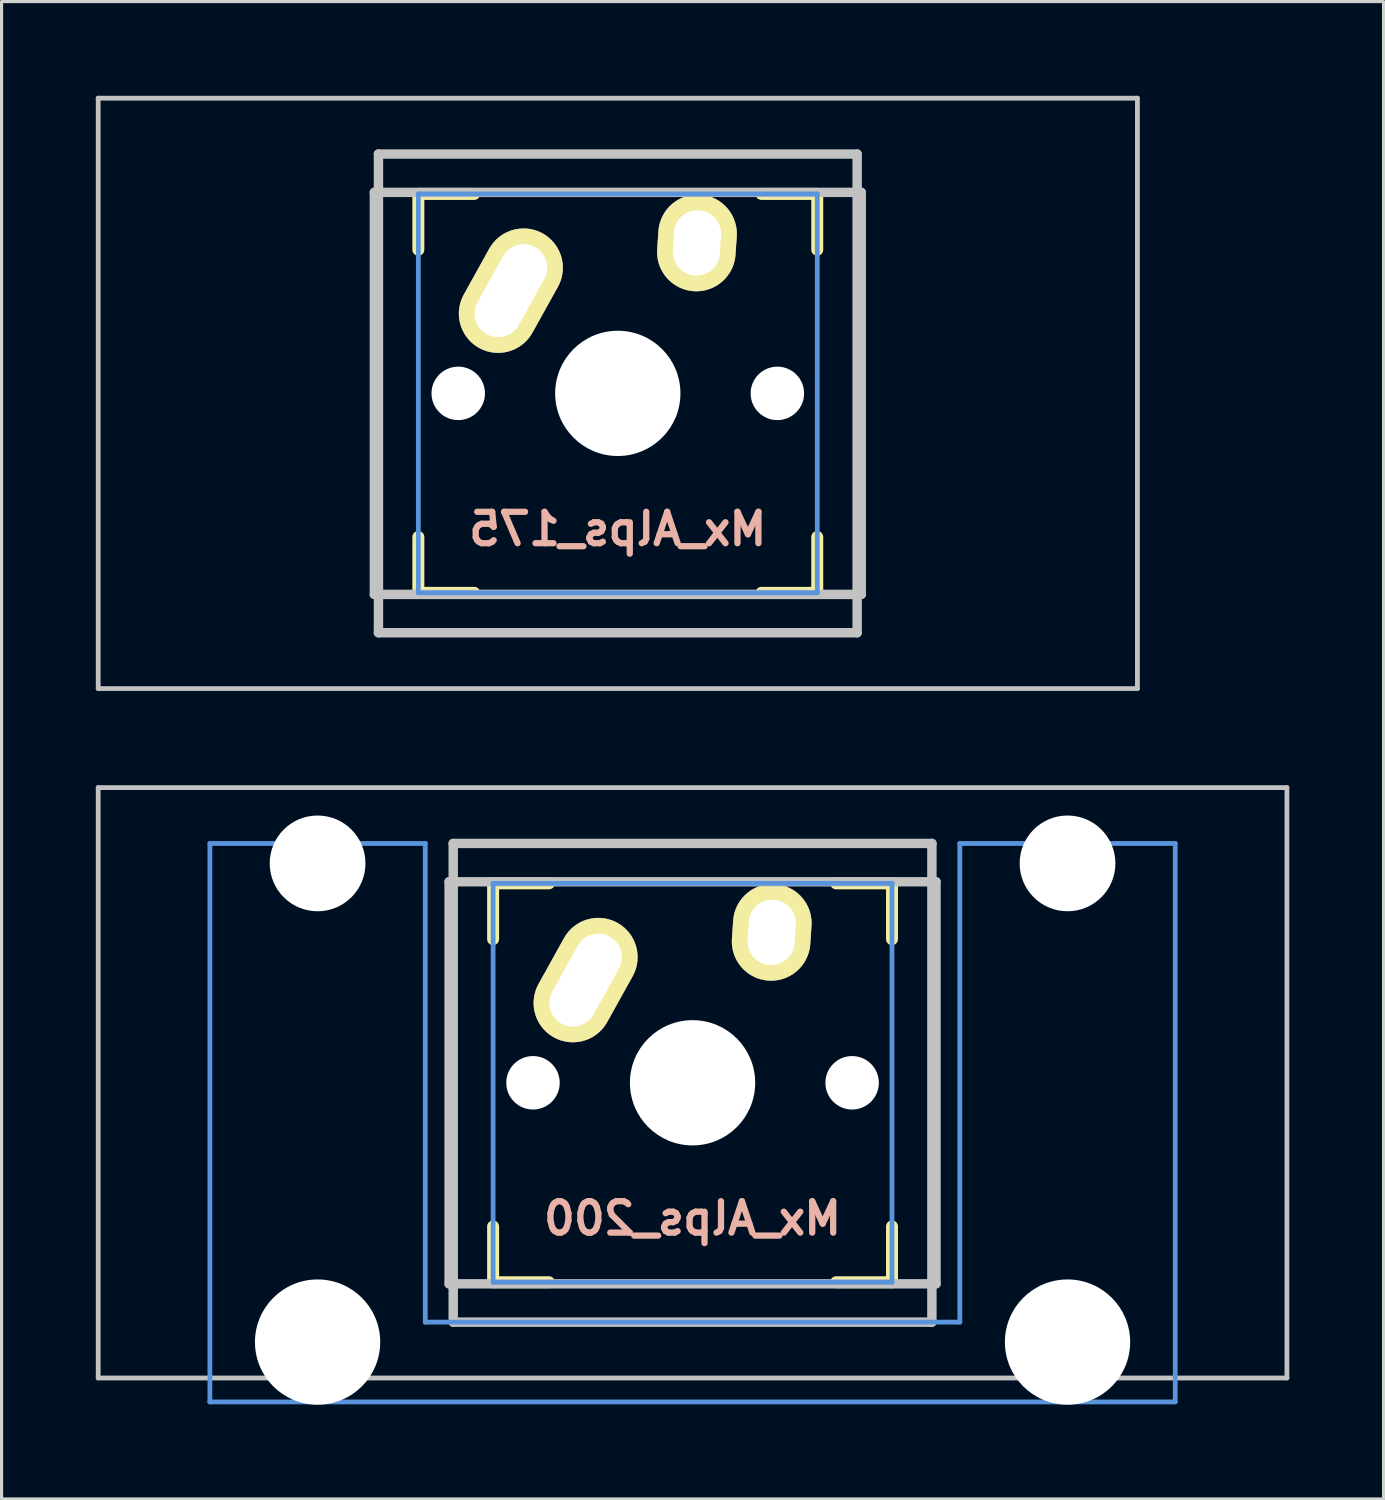
<source format=kicad_pcb>
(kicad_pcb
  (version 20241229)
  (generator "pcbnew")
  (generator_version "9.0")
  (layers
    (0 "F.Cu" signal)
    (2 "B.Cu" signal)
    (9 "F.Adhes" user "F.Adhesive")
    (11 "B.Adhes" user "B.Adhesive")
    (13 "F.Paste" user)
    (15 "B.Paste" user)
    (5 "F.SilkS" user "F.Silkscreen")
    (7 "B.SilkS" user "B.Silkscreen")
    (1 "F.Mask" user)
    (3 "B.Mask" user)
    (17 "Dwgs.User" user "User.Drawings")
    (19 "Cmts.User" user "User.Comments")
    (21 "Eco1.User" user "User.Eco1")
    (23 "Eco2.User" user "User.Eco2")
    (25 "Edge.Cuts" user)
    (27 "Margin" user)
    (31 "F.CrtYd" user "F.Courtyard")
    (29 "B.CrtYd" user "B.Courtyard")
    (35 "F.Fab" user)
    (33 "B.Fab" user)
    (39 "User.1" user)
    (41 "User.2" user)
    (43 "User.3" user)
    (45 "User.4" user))
  (footprint "Mx_Alps_175"
    (layer "F.Cu")
    (at 16.619 9.474)
    (property "Reference" "Mx_Alps_175" (at 0 4.318 0) (layer "B.SilkS") (effects (font (size 1 1) (thickness 0.2)) (justify mirror)))
    (attr through_hole)
    (fp_line (start -6.35 -6.35) (end -4.572 -6.35) (stroke (width 0.381) (type solid)) (layer "F.SilkS"))
    (fp_line (start -6.35 -4.572) (end -6.35 -6.35) (stroke (width 0.381) (type solid)) (layer "F.SilkS"))
    (fp_line (start -6.35 6.35) (end -6.35 4.572) (stroke (width 0.381) (type solid)) (layer "F.SilkS"))
    (fp_line (start -4.572 6.35) (end -6.35 6.35) (stroke (width 0.381) (type solid)) (layer "F.SilkS"))
    (fp_line (start 4.572 -6.35) (end 6.35 -6.35) (stroke (width 0.381) (type solid)) (layer "F.SilkS"))
    (fp_line (start 6.35 -6.35) (end 6.35 -4.572) (stroke (width 0.381) (type solid)) (layer "F.SilkS"))
    (fp_line (start 6.35 4.572) (end 6.35 6.35) (stroke (width 0.381) (type solid)) (layer "F.SilkS"))
    (fp_line (start 6.35 6.35) (end 4.572 6.35) (stroke (width 0.381) (type solid)) (layer "F.SilkS"))
    (fp_line (start -16.543 -9.398) (end 16.543 -9.398) (stroke (width 0.152) (type solid)) (layer "Dwgs.User"))
    (fp_line (start -16.543 9.398) (end -16.543 -9.398) (stroke (width 0.152) (type solid)) (layer "Dwgs.User"))
    (fp_line (start -7.75 6.4) (end -7.75 -6.4) (stroke (width 0.3) (type solid)) (layer "Dwgs.User"))
    (fp_line (start -7.75 6.4) (end 7.75 6.4) (stroke (width 0.3) (type solid)) (layer "Dwgs.User"))
    (fp_line (start -7.62 -7.62) (end 7.62 -7.62) (stroke (width 0.3) (type solid)) (layer "Dwgs.User"))
    (fp_line (start -7.62 7.62) (end -7.62 -7.62) (stroke (width 0.3) (type solid)) (layer "Dwgs.User"))
    (fp_line (start 7.62 -7.62) (end 7.62 7.62) (stroke (width 0.3) (type solid)) (layer "Dwgs.User"))
    (fp_line (start 7.62 7.62) (end -7.62 7.62) (stroke (width 0.3) (type solid)) (layer "Dwgs.User"))
    (fp_line (start 7.75 -6.4) (end -7.75 -6.4) (stroke (width 0.3) (type solid)) (layer "Dwgs.User"))
    (fp_line (start 7.75 6.4) (end 7.75 -6.4) (stroke (width 0.3) (type solid)) (layer "Dwgs.User"))
    (fp_line (start 16.543 -9.398) (end 16.543 9.398) (stroke (width 0.152) (type solid)) (layer "Dwgs.User"))
    (fp_line (start 16.543 9.398) (end -16.543 9.398) (stroke (width 0.152) (type solid)) (layer "Dwgs.User"))
    (fp_line (start -6.35 -6.35) (end 6.35 -6.35) (stroke (width 0.152) (type solid)) (layer "Cmts.User"))
    (fp_line (start -6.35 6.35) (end -6.35 -6.35) (stroke (width 0.152) (type solid)) (layer "Cmts.User"))
    (fp_line (start 6.35 -6.35) (end 6.35 6.35) (stroke (width 0.152) (type solid)) (layer "Cmts.User"))
    (fp_line (start 6.35 6.35) (end -6.35 6.35) (stroke (width 0.152) (type solid)) (layer "Cmts.User"))
    (fp_line (start -6.985 -6.985) (end 6.985 -6.985) (stroke (width 0.152) (type solid)) (layer "Eco2.User"))
    (fp_line (start -6.985 6.985) (end -6.985 -6.985) (stroke (width 0.152) (type solid)) (layer "Eco2.User"))
    (fp_line (start 6.985 -6.985) (end 6.985 6.985) (stroke (width 0.152) (type solid)) (layer "Eco2.User"))
    (fp_line (start 6.985 6.985) (end -6.985 6.985) (stroke (width 0.152) (type solid)) (layer "Eco2.User"))
    (pad "" np_thru_hole circle (at -5.08 0) (size 1.702 1.702) (drill 1.702) (layers "*.Cu"))
    (pad "" np_thru_hole circle (at 0 0) (size 3.988 3.988) (drill 3.988) (layers "*.Cu"))
    (pad "" np_thru_hole circle (at 5.08 0) (size 1.702 1.702) (drill 1.702) (layers "*.Cu"))
    (pad "1" thru_hole oval (at -3.405 -3.27 330.95) (size 2.5 4.17) (drill oval 1.5 3.17) (layers "*.Cu" "*.Mask" "F.SilkS"))
    (pad "2" thru_hole oval (at 2.52 -4.79 356.1) (size 2.5 3.08) (drill oval 1.5 2.08) (layers "*.Cu" "*.Mask" "F.SilkS")))
  (footprint "Mx_Alps_200"
    (layer "F.Cu")
    (at 18.999 31.423)
    (property "Reference" "Mx_Alps_200" (at 0 4.318 0) (layer "B.SilkS") (effects (font (size 1 1) (thickness 0.2)) (justify mirror)))
    (attr through_hole)
    (fp_line (start -6.35 -6.35) (end -4.572 -6.35) (stroke (width 0.381) (type solid)) (layer "F.SilkS"))
    (fp_line (start -6.35 -4.572) (end -6.35 -6.35) (stroke (width 0.381) (type solid)) (layer "F.SilkS"))
    (fp_line (start -6.35 6.35) (end -6.35 4.572) (stroke (width 0.381) (type solid)) (layer "F.SilkS"))
    (fp_line (start -4.572 6.35) (end -6.35 6.35) (stroke (width 0.381) (type solid)) (layer "F.SilkS"))
    (fp_line (start 4.572 -6.35) (end 6.35 -6.35) (stroke (width 0.381) (type solid)) (layer "F.SilkS"))
    (fp_line (start 6.35 -6.35) (end 6.35 -4.572) (stroke (width 0.381) (type solid)) (layer "F.SilkS"))
    (fp_line (start 6.35 4.572) (end 6.35 6.35) (stroke (width 0.381) (type solid)) (layer "F.SilkS"))
    (fp_line (start 6.35 6.35) (end 4.572 6.35) (stroke (width 0.381) (type solid)) (layer "F.SilkS"))
    (fp_line (start -18.923 -9.398) (end 18.923 -9.398) (stroke (width 0.152) (type solid)) (layer "Dwgs.User"))
    (fp_line (start -18.923 9.398) (end -18.923 -9.398) (stroke (width 0.152) (type solid)) (layer "Dwgs.User"))
    (fp_line (start -7.75 6.4) (end -7.75 -6.4) (stroke (width 0.3) (type solid)) (layer "Dwgs.User"))
    (fp_line (start -7.75 6.4) (end 7.75 6.4) (stroke (width 0.3) (type solid)) (layer "Dwgs.User"))
    (fp_line (start -7.62 -7.62) (end 7.62 -7.62) (stroke (width 0.3) (type solid)) (layer "Dwgs.User"))
    (fp_line (start -7.62 7.62) (end -7.62 -7.62) (stroke (width 0.3) (type solid)) (layer "Dwgs.User"))
    (fp_line (start 7.62 -7.62) (end 7.62 7.62) (stroke (width 0.3) (type solid)) (layer "Dwgs.User"))
    (fp_line (start 7.62 7.62) (end -7.62 7.62) (stroke (width 0.3) (type solid)) (layer "Dwgs.User"))
    (fp_line (start 7.75 -6.4) (end -7.75 -6.4) (stroke (width 0.3) (type solid)) (layer "Dwgs.User"))
    (fp_line (start 7.75 6.4) (end 7.75 -6.4) (stroke (width 0.3) (type solid)) (layer "Dwgs.User"))
    (fp_line (start 18.923 -9.398) (end 18.923 9.398) (stroke (width 0.152) (type solid)) (layer "Dwgs.User"))
    (fp_line (start 18.923 9.398) (end -18.923 9.398) (stroke (width 0.152) (type solid)) (layer "Dwgs.User"))
    (fp_line (start -15.367 -7.62) (end -15.367 10.16) (stroke (width 0.152) (type solid)) (layer "Cmts.User"))
    (fp_line (start -15.367 10.16) (end 15.367 10.16) (stroke (width 0.152) (type solid)) (layer "Cmts.User"))
    (fp_line (start -8.509 -7.62) (end -15.367 -7.62) (stroke (width 0.152) (type solid)) (layer "Cmts.User"))
    (fp_line (start -8.509 7.62) (end -8.509 -7.62) (stroke (width 0.152) (type solid)) (layer "Cmts.User"))
    (fp_line (start -6.35 -6.35) (end 6.35 -6.35) (stroke (width 0.152) (type solid)) (layer "Cmts.User"))
    (fp_line (start -6.35 6.35) (end -6.35 -6.35) (stroke (width 0.152) (type solid)) (layer "Cmts.User"))
    (fp_line (start 6.35 -6.35) (end 6.35 6.35) (stroke (width 0.152) (type solid)) (layer "Cmts.User"))
    (fp_line (start 6.35 6.35) (end -6.35 6.35) (stroke (width 0.152) (type solid)) (layer "Cmts.User"))
    (fp_line (start 8.509 -7.62) (end 8.509 7.62) (stroke (width 0.152) (type solid)) (layer "Cmts.User"))
    (fp_line (start 8.509 7.62) (end -8.509 7.62) (stroke (width 0.152) (type solid)) (layer "Cmts.User"))
    (fp_line (start 15.367 -7.62) (end 8.509 -7.62) (stroke (width 0.152) (type solid)) (layer "Cmts.User"))
    (fp_line (start 15.367 10.16) (end 15.367 -7.62) (stroke (width 0.152) (type solid)) (layer "Cmts.User"))
    (fp_line (start -16.129 -2.286) (end -15.265 -2.286) (stroke (width 0.152) (type solid)) (layer "Eco2.User"))
    (fp_line (start -16.129 0.508) (end -16.129 -2.286) (stroke (width 0.152) (type solid)) (layer "Eco2.User"))
    (fp_line (start -15.265 -5.69) (end -8.611 -5.69) (stroke (width 0.152) (type solid)) (layer "Eco2.User"))
    (fp_line (start -15.265 -2.286) (end -15.265 -5.69) (stroke (width 0.152) (type solid)) (layer "Eco2.User"))
    (fp_line (start -15.265 0.508) (end -16.129 0.508) (stroke (width 0.152) (type solid)) (layer "Eco2.User"))
    (fp_line (start -15.265 6.604) (end -15.265 0.508) (stroke (width 0.152) (type solid)) (layer "Eco2.User"))
    (fp_line (start -14.224 6.604) (end -15.265 6.604) (stroke (width 0.152) (type solid)) (layer "Eco2.User"))
    (fp_line (start -14.224 7.772) (end -14.224 6.604) (stroke (width 0.152) (type solid)) (layer "Eco2.User"))
    (fp_line (start -9.652 6.604) (end -9.652 7.772) (stroke (width 0.152) (type solid)) (layer "Eco2.User"))
    (fp_line (start -9.652 7.772) (end -14.224 7.772) (stroke (width 0.152) (type solid)) (layer "Eco2.User"))
    (fp_line (start -8.611 -5.69) (end -8.611 -4.877) (stroke (width 0.152) (type solid)) (layer "Eco2.User"))
    (fp_line (start -8.611 -4.877) (end -6.985 -4.877) (stroke (width 0.152) (type solid)) (layer "Eco2.User"))
    (fp_line (start -8.611 5.817) (end -8.611 6.604) (stroke (width 0.152) (type solid)) (layer "Eco2.User"))
    (fp_line (start -8.611 6.604) (end -9.652 6.604) (stroke (width 0.152) (type solid)) (layer "Eco2.User"))
    (fp_line (start -6.985 -6.985) (end 6.985 -6.985) (stroke (width 0.152) (type solid)) (layer "Eco2.User"))
    (fp_line (start -6.985 -4.877) (end -6.985 -6.985) (stroke (width 0.152) (type solid)) (layer "Eco2.User"))
    (fp_line (start -6.985 5.817) (end -8.611 5.817) (stroke (width 0.152) (type solid)) (layer "Eco2.User"))
    (fp_line (start -6.985 6.985) (end -6.985 5.817) (stroke (width 0.152) (type solid)) (layer "Eco2.User"))
    (fp_line (start 6.985 -6.985) (end 6.985 -4.877) (stroke (width 0.152) (type solid)) (layer "Eco2.User"))
    (fp_line (start 6.985 -4.877) (end 8.611 -4.877) (stroke (width 0.152) (type solid)) (layer "Eco2.User"))
    (fp_line (start 6.985 5.817) (end 6.985 6.985) (stroke (width 0.152) (type solid)) (layer "Eco2.User"))
    (fp_line (start 6.985 6.985) (end -6.985 6.985) (stroke (width 0.152) (type solid)) (layer "Eco2.User"))
    (fp_line (start 8.611 -5.69) (end 15.265 -5.69) (stroke (width 0.152) (type solid)) (layer "Eco2.User"))
    (fp_line (start 8.611 -4.877) (end 8.611 -5.69) (stroke (width 0.152) (type solid)) (layer "Eco2.User"))
    (fp_line (start 8.611 5.817) (end 6.985 5.817) (stroke (width 0.152) (type solid)) (layer "Eco2.User"))
    (fp_line (start 8.611 6.604) (end 8.611 5.817) (stroke (width 0.152) (type solid)) (layer "Eco2.User"))
    (fp_line (start 9.652 6.604) (end 8.611 6.604) (stroke (width 0.152) (type solid)) (layer "Eco2.User"))
    (fp_line (start 9.652 7.772) (end 9.652 6.604) (stroke (width 0.152) (type solid)) (layer "Eco2.User"))
    (fp_line (start 14.224 6.604) (end 14.224 7.772) (stroke (width 0.152) (type solid)) (layer "Eco2.User"))
    (fp_line (start 14.224 7.772) (end 9.652 7.772) (stroke (width 0.152) (type solid)) (layer "Eco2.User"))
    (fp_line (start 15.265 -5.69) (end 15.265 -2.286) (stroke (width 0.152) (type solid)) (layer "Eco2.User"))
    (fp_line (start 15.265 -2.286) (end 16.129 -2.286) (stroke (width 0.152) (type solid)) (layer "Eco2.User"))
    (fp_line (start 15.265 0.508) (end 15.265 6.604) (stroke (width 0.152) (type solid)) (layer "Eco2.User"))
    (fp_line (start 15.265 6.604) (end 14.224 6.604) (stroke (width 0.152) (type solid)) (layer "Eco2.User"))
    (fp_line (start 16.129 -2.286) (end 16.129 0.508) (stroke (width 0.152) (type solid)) (layer "Eco2.User"))
    (fp_line (start 16.129 0.508) (end 15.265 0.508) (stroke (width 0.152) (type solid)) (layer "Eco2.User"))
    (pad "" np_thru_hole circle (at -11.938 -6.985) (size 3.048 3.048) (drill 3.048) (layers "*.Cu"))
    (pad "" np_thru_hole circle (at -11.938 8.255) (size 3.988 3.988) (drill 3.988) (layers "*.Cu"))
    (pad "" np_thru_hole circle (at -5.08 0) (size 1.702 1.702) (drill 1.702) (layers "*.Cu"))
    (pad "" np_thru_hole circle (at 0 0) (size 3.988 3.988) (drill 3.988) (layers "*.Cu"))
    (pad "" np_thru_hole circle (at 5.08 0) (size 1.702 1.702) (drill 1.702) (layers "*.Cu"))
    (pad "" np_thru_hole circle (at 11.938 -6.985) (size 3.048 3.048) (drill 3.048) (layers "*.Cu"))
    (pad "" np_thru_hole circle (at 11.938 8.255) (size 3.988 3.988) (drill 3.988) (layers "*.Cu"))
    (pad "1" thru_hole oval (at -3.405 -3.27 330.95) (size 2.5 4.17) (drill oval 1.5 3.17) (layers "*.Cu" "*.Mask" "F.SilkS"))
    (pad "2" thru_hole oval (at 2.52 -4.79 356.1) (size 2.5 3.08) (drill oval 1.5 2.08) (layers "*.Cu" "*.Mask" "F.SilkS")))
  (gr_rect
    (start -3 -3)
    (end 40.998 44.672)
    (stroke (width 0.1) (type default))
    (fill no)
    (layer "Edge.Cuts")))
</source>
